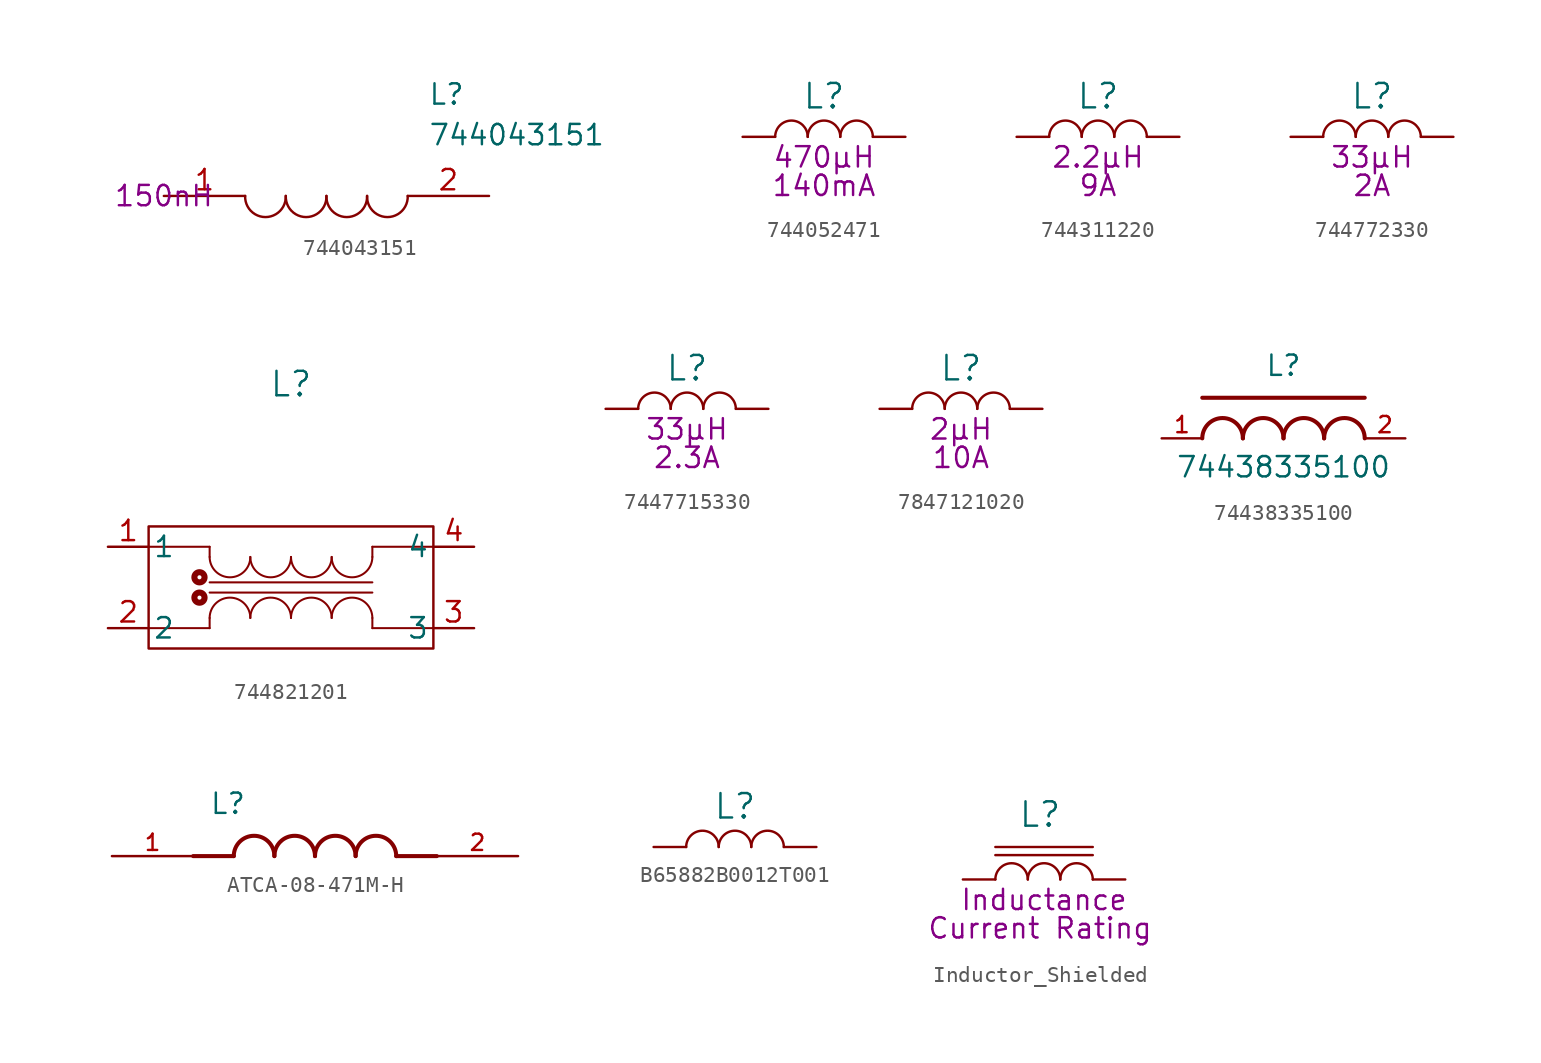
<source format=kicad_sym>
(kicad_symbol_lib
  (version 20231120)
  (generator "kicad_symbol_editor")
  (generator_version "8.0")
  (symbol "744043151"
    (pin_names
      (offset 0.762))
    (property "Reference" "L"
      (at 16.51 6.35 0)
      (effects (font (size 1.27 1.27)) (justify left)))
    (property "Value" "744043151"
      (at 16.51 3.81 0)
      (effects (font (size 1.27 1.27)) (justify left)))
    (property "Inductance" "150nH"
      (at 0 0 0)
      (effects (font (size 1.27 1.27))))
    (symbol "744043151_0_0"
      (pin passive line (at 0 0 0) (length 5.08) (name "~" (effects (font (size 1.27 1.27)))) (number "1" (effects (font (size 1.27 1.27)))))
      (pin passive line (at 20.32 0 180) (length 5.08) (name "~" (effects (font (size 1.27 1.27)))) (number "2" (effects (font (size 1.27 1.27))))))
    (symbol "744043151_0_1"
      (arc (start 5.08 0) (mid 6.35 -1.3218) (end 7.62 0) (stroke (width 0.1524) (type solid)) (fill (type none)))
      (arc (start 7.62 0) (mid 8.89 -1.3218) (end 10.16 0) (stroke (width 0.1524) (type solid)) (fill (type none)))
      (arc (start 10.16 0) (mid 11.43 -1.3218) (end 12.7 0) (stroke (width 0.1524) (type solid)) (fill (type none)))
      (arc (start 12.7 0) (mid 13.97 -1.3218) (end 15.24 0) (stroke (width 0.1524) (type solid)) (fill (type none)))))
  (symbol "744052471"
    (pin_numbers hide)
    (pin_names
      (offset 0) hide)
    (property "Reference" "L"
      (at 0 2.54 0)
      (effects (font (size 1.524 1.524))))
    (property "Inductance (Henry)" "470µH"
      (at 0 -1.27 0)
      (effects (font (size 1.27 1.27))))
    (property "Current Rating (Ampere)" "140mA"
      (at 0 -3.048 0)
      (effects (font (size 1.27 1.27))))
    (symbol "744052471_0_1"
      (arc (start -1.016 0) (mid -2.032 1.0116) (end -3.048 0) (stroke (width 0) (type default)) (fill (type none)))
      (arc (start 1.016 0) (mid 0 1.0116) (end -1.016 0) (stroke (width 0) (type default)) (fill (type none)))
      (arc (start 3.048 0) (mid 2.032 1.0116) (end 1.016 0) (stroke (width 0) (type default)) (fill (type none))))
    (symbol "744052471_1_1"
      (pin passive line (at -5.08 0 0) (length 2.032) (name "1" (effects (font (size 1.27 1.27)))) (number "1" (effects (font (size 1.27 1.27)))))
      (pin passive line (at 5.08 0 180) (length 2.032) (name "2" (effects (font (size 1.27 1.27)))) (number "2" (effects (font (size 1.27 1.27)))))))
  (symbol "744311220"
    (pin_numbers hide)
    (pin_names
      (offset 0) hide)
    (property "Reference" "L"
      (at 0 2.54 0)
      (effects (font (size 1.524 1.524))))
    (property "Inductance (Henry)" "2.2µH"
      (at 0 -1.27 0)
      (effects (font (size 1.27 1.27))))
    (property "Current Rating (Ampere)" "9A"
      (at 0 -3.048 0)
      (effects (font (size 1.27 1.27))))
    (symbol "744311220_0_1"
      (arc (start -1.016 0) (mid -2.032 1.0116) (end -3.048 0) (stroke (width 0) (type default)) (fill (type none)))
      (arc (start 1.016 0) (mid 0 1.0116) (end -1.016 0) (stroke (width 0) (type default)) (fill (type none)))
      (arc (start 3.048 0) (mid 2.032 1.0116) (end 1.016 0) (stroke (width 0) (type default)) (fill (type none))))
    (symbol "744311220_1_1"
      (pin passive line (at -5.08 0 0) (length 2.032) (name "1" (effects (font (size 1.27 1.27)))) (number "1" (effects (font (size 1.27 1.27)))))
      (pin passive line (at 5.08 0 180) (length 2.032) (name "2" (effects (font (size 1.27 1.27)))) (number "2" (effects (font (size 1.27 1.27)))))))
  (symbol "744772330"
    (pin_numbers hide)
    (pin_names
      (offset 0) hide)
    (property "Reference" "L"
      (at 0 2.54 0)
      (effects (font (size 1.524 1.524))))
    (property "Inductance (Henry)" "33µH"
      (at 0 -1.27 0)
      (effects (font (size 1.27 1.27))))
    (property "Current Rating (Ampere)" "2A"
      (at 0 -3.048 0)
      (effects (font (size 1.27 1.27))))
    (symbol "744772330_0_1"
      (arc (start -1.016 0) (mid -2.032 1.0116) (end -3.048 0) (stroke (width 0) (type default)) (fill (type none)))
      (arc (start 1.016 0) (mid 0 1.0116) (end -1.016 0) (stroke (width 0) (type default)) (fill (type none)))
      (arc (start 3.048 0) (mid 2.032 1.0116) (end 1.016 0) (stroke (width 0) (type default)) (fill (type none))))
    (symbol "744772330_1_1"
      (pin passive line (at -5.08 0 0) (length 2.032) (name "1" (effects (font (size 1.27 1.27)))) (number "1" (effects (font (size 1.27 1.27)))))
      (pin passive line (at 5.08 0 180) (length 2.032) (name "2" (effects (font (size 1.27 1.27)))) (number "2" (effects (font (size 1.27 1.27)))))))
  (symbol "744821201"
    (pin_names
      (offset 0.254))
    (property "Reference" "L"
      (at 0 12.7 0)
      (effects (font (size 1.524 1.524))))
    (symbol "744821201_0_1"
      (circle (center -5.715 -0.635) (radius 0.127) (stroke (width 0.381) (type default)) (fill (type none)))
      (circle (center -5.715 0.635) (radius 0.127) (stroke (width 0.381) (type default)) (fill (type none)))
      (arc (start -5.08 1.905) (mid -3.81 0.6406) (end -2.54 1.905) (stroke (width 0.127) (type default)) (fill (type none)))
      (arc (start -2.54 -1.905) (mid -3.81 -0.6405) (end -5.08 -1.905) (stroke (width 0.127) (type default)) (fill (type none)))
      (arc (start -2.54 1.905) (mid -1.27 0.6406) (end 0 1.905) (stroke (width 0.127) (type default)) (fill (type none)))
      (arc (start 0 -1.905) (mid -1.27 -0.6405) (end -2.54 -1.905) (stroke (width 0.127) (type default)) (fill (type none)))
      (polyline (pts (xy -8.89 -2.54) (xy -5.08 -2.54)) (stroke (width 0.127) (type default)) (fill (type none)))
      (polyline (pts (xy -8.89 2.54) (xy -5.08 2.54)) (stroke (width 0.127) (type default)) (fill (type none)))
      (polyline (pts (xy -5.08 -2.54) (xy -5.08 -1.905)) (stroke (width 0.127) (type default)) (fill (type none)))
      (polyline (pts (xy -5.08 0.318) (xy 5.08 0.318)) (stroke (width 0.127) (type default)) (fill (type none)))
      (polyline (pts (xy -5.08 2.54) (xy -5.08 1.905)) (stroke (width 0.127) (type default)) (fill (type none)))
      (polyline (pts (xy 5.08 -2.54) (xy 5.08 -1.905)) (stroke (width 0.127) (type default)) (fill (type none)))
      (polyline (pts (xy 5.08 -0.318) (xy -5.08 -0.318)) (stroke (width 0.127) (type default)) (fill (type none)))
      (polyline (pts (xy 5.08 2.54) (xy 5.08 1.905)) (stroke (width 0.127) (type default)) (fill (type none)))
      (polyline (pts (xy 8.89 -2.54) (xy 5.08 -2.54)) (stroke (width 0.127) (type default)) (fill (type none)))
      (polyline (pts (xy 8.89 2.54) (xy 5.08 2.54)) (stroke (width 0.127) (type default)) (fill (type none)))
      (arc (start 0 1.905) (mid 1.27 0.6406) (end 2.54 1.905) (stroke (width 0.127) (type default)) (fill (type none)))
      (arc (start 2.54 -1.905) (mid 1.27 -0.6405) (end 0 -1.905) (stroke (width 0.127) (type default)) (fill (type none)))
      (arc (start 2.54 1.905) (mid 3.81 0.6406) (end 5.08 1.905) (stroke (width 0.127) (type default)) (fill (type none)))
      (arc (start 5.08 -1.905) (mid 3.81 -0.6405) (end 2.54 -1.905) (stroke (width 0.127) (type default)) (fill (type none)))
      (pin unspecified line (at -11.43 2.54 0) (length 2.54) (name "1" (effects (font (size 1.27 1.27)))) (number "1" (effects (font (size 1.27 1.27))))))
    (symbol "744821201_1_1"
      (rectangle (start -8.89 3.81) (end 8.89 -3.81) (stroke (width 0) (type default)) (fill (type none)))
      (pin unspecified line (at -11.43 -2.54 0) (length 2.54) (name "2" (effects (font (size 1.27 1.27)))) (number "2" (effects (font (size 1.27 1.27)))))
      (pin unspecified line (at 11.43 -2.54 180) (length 2.54) (name "3" (effects (font (size 1.27 1.27)))) (number "3" (effects (font (size 1.27 1.27)))))
      (pin unspecified line (at 11.43 2.54 180) (length 2.54) (name "4" (effects (font (size 1.27 1.27)))) (number "4" (effects (font (size 1.27 1.27)))))))
  (symbol "7447715330"
    (pin_numbers hide)
    (pin_names
      (offset 0) hide)
    (property "Reference" "L"
      (at 0 2.54 0)
      (effects (font (size 1.524 1.524))))
    (property "Inductance (Henry)" "33µH"
      (at 0 -1.27 0)
      (effects (font (size 1.27 1.27))))
    (property "Current Rating (Ampere)" "2.3A"
      (at 0 -3.048 0)
      (effects (font (size 1.27 1.27))))
    (symbol "7447715330_0_1"
      (arc (start -1.016 0) (mid -2.032 1.0116) (end -3.048 0) (stroke (width 0) (type default)) (fill (type none)))
      (arc (start 1.016 0) (mid 0 1.0116) (end -1.016 0) (stroke (width 0) (type default)) (fill (type none)))
      (arc (start 3.048 0) (mid 2.032 1.0116) (end 1.016 0) (stroke (width 0) (type default)) (fill (type none))))
    (symbol "7447715330_1_1"
      (pin passive line (at -5.08 0 0) (length 2.032) (name "1" (effects (font (size 1.27 1.27)))) (number "1" (effects (font (size 1.27 1.27)))))
      (pin passive line (at 5.08 0 180) (length 2.032) (name "2" (effects (font (size 1.27 1.27)))) (number "2" (effects (font (size 1.27 1.27)))))))
  (symbol "7847121020"
    (pin_numbers hide)
    (pin_names
      (offset 0) hide)
    (property "Reference" "L"
      (at 0 2.54 0)
      (effects (font (size 1.524 1.524))))
    (property "Inductance (Henry)" "2µH"
      (at 0 -1.27 0)
      (effects (font (size 1.27 1.27))))
    (property "Current Rating (Ampere)" "10A"
      (at 0 -3.048 0)
      (effects (font (size 1.27 1.27))))
    (symbol "7847121020_0_1"
      (arc (start -1.016 0) (mid -2.032 1.0116) (end -3.048 0) (stroke (width 0) (type default)) (fill (type none)))
      (arc (start 1.016 0) (mid 0 1.0116) (end -1.016 0) (stroke (width 0) (type default)) (fill (type none)))
      (arc (start 3.048 0) (mid 2.032 1.0116) (end 1.016 0) (stroke (width 0) (type default)) (fill (type none))))
    (symbol "7847121020_1_1"
      (pin passive line (at -5.08 0 0) (length 2.032) (name "1" (effects (font (size 1.27 1.27)))) (number "1" (effects (font (size 1.27 1.27)))))
      (pin passive line (at 5.08 0 180) (length 2.032) (name "2" (effects (font (size 1.27 1.27)))) (number "2" (effects (font (size 1.27 1.27)))))))
  (symbol "74438335100"
    (pin_names
      (offset 1.016))
    (property "Reference" "L"
      (at 0 3.81 0)
      (effects (font (size 1.27 1.27)) (justify bottom)))
    (property "Value" "74438335100"
      (at 0 -2.54 0)
      (effects (font (size 1.27 1.27)) (justify bottom)))
    (symbol "74438335100_0_0"
      (arc (start -2.54 0) (mid -3.81 1.2645) (end -5.08 0) (stroke (width 0.254) (type default)) (fill (type none)))
      (arc (start 0 0) (mid -1.27 1.2645) (end -2.54 0) (stroke (width 0.254) (type default)) (fill (type none)))
      (polyline (pts (xy -5.08 2.54) (xy 5.08 2.54)) (stroke (width 0.254) (type default)) (fill (type none)))
      (arc (start 2.54 0) (mid 1.27 1.2645) (end 0 0) (stroke (width 0.254) (type default)) (fill (type none)))
      (arc (start 5.08 0) (mid 3.81 1.2645) (end 2.54 0) (stroke (width 0.254) (type default)) (fill (type none)))
      (pin passive line (at -7.62 0 0) (length 2.54) (name "~" (effects (font (size 1.016 1.016)))) (number "1" (effects (font (size 1.016 1.016)))))
      (pin passive line (at 7.62 0 180) (length 2.54) (name "~" (effects (font (size 1.016 1.016)))) (number "2" (effects (font (size 1.016 1.016)))))))
  (symbol "ATCA-08-471M-H"
    (pin_names
      (offset 1.016))
    (property "Reference" "L"
      (at -6.604 2.54 0)
      (effects (font (size 1.27 1.27)) (justify left bottom)))
    (symbol "ATCA-08-471M-H_0_0"
      (arc (start -2.54 0) (mid -3.81 1.2645) (end -5.08 0) (stroke (width 0.254) (type default)) (fill (type none)))
      (arc (start 0 0) (mid -1.27 1.2645) (end -2.54 0) (stroke (width 0.254) (type default)) (fill (type none)))
      (polyline (pts (xy -5.08 0) (xy -7.62 0)) (stroke (width 0.254) (type default)) (fill (type none)))
      (polyline (pts (xy 5.08 0) (xy 7.62 0)) (stroke (width 0.254) (type default)) (fill (type none)))
      (arc (start 2.54 0) (mid 1.27 1.2645) (end 0 0) (stroke (width 0.254) (type default)) (fill (type none)))
      (arc (start 5.08 0) (mid 3.81 1.2645) (end 2.54 0) (stroke (width 0.254) (type default)) (fill (type none)))
      (pin passive line (at -12.7 0 0) (length 5.08) (name "~" (effects (font (size 1.016 1.016)))) (number "1" (effects (font (size 1.016 1.016)))))
      (pin passive line (at 12.7 0 180) (length 5.08) (name "~" (effects (font (size 1.016 1.016)))) (number "2" (effects (font (size 1.016 1.016)))))))
  (symbol "B65882B0012T001"
    (pin_numbers hide)
    (pin_names
      (offset 0) hide)
    (property "Reference" "L"
      (at 0 2.54 0)
      (effects (font (size 1.524 1.524))))
    (symbol "B65882B0012T001_0_1"
      (arc (start -1.016 0) (mid -2.032 1.0116) (end -3.048 0) (stroke (width 0) (type default)) (fill (type none)))
      (arc (start 1.016 0) (mid 0 1.0116) (end -1.016 0) (stroke (width 0) (type default)) (fill (type none)))
      (arc (start 3.048 0) (mid 2.032 1.0116) (end 1.016 0) (stroke (width 0) (type default)) (fill (type none))))
    (symbol "B65882B0012T001_1_1"
      (pin passive line (at -5.08 0 0) (length 2.032) (name "2" (effects (font (size 1.27 1.27)))) (number "2" (effects (font (size 1.27 1.27)))))
      (pin passive line (at 5.08 0 180) (length 2.032) (name "3" (effects (font (size 1.27 1.27)))) (number "3" (effects (font (size 1.27 1.27)))))))
  (symbol "Inductor_Shielded"
    (pin_numbers hide)
    (pin_names
      (offset 0) hide)
    (property "Reference" "L"
      (at -0.254 4.064 0)
      (effects (font (size 1.524 1.524))))
    (property "Inductance (Henry)" "Inductance"
      (at 0 -1.27 0)
      (effects (font (size 1.27 1.27))))
    (property "Current Rating (Ampere)" "Current Rating"
      (at -0.254 -3.048 0)
      (effects (font (size 1.27 1.27))))
    (symbol "Inductor_Shielded_0_1"
      (arc (start -1.016 0) (mid -2.032 1.0116) (end -3.048 0) (stroke (width 0) (type default)) (fill (type none)))
      (polyline (pts (xy -3.048 1.524) (xy 3.048 1.524)) (stroke (width 0) (type default)) (fill (type none)))
      (polyline (pts (xy -3.048 2.032) (xy 3.048 2.032)) (stroke (width 0) (type default)) (fill (type none)))
      (arc (start 1.016 0) (mid 0 1.0116) (end -1.016 0) (stroke (width 0) (type default)) (fill (type none)))
      (arc (start 3.048 0) (mid 2.032 1.0116) (end 1.016 0) (stroke (width 0) (type default)) (fill (type none))))
    (symbol "Inductor_Shielded_1_1"
      (pin passive line (at -5.08 0 0) (length 2.032) (name "1" (effects (font (size 1.27 1.27)))) (number "1" (effects (font (size 1.27 1.27)))))
      (pin passive line (at 5.08 0 180) (length 2.032) (name "2" (effects (font (size 1.27 1.27)))) (number "2" (effects (font (size 1.27 1.27))))))))
</source>
